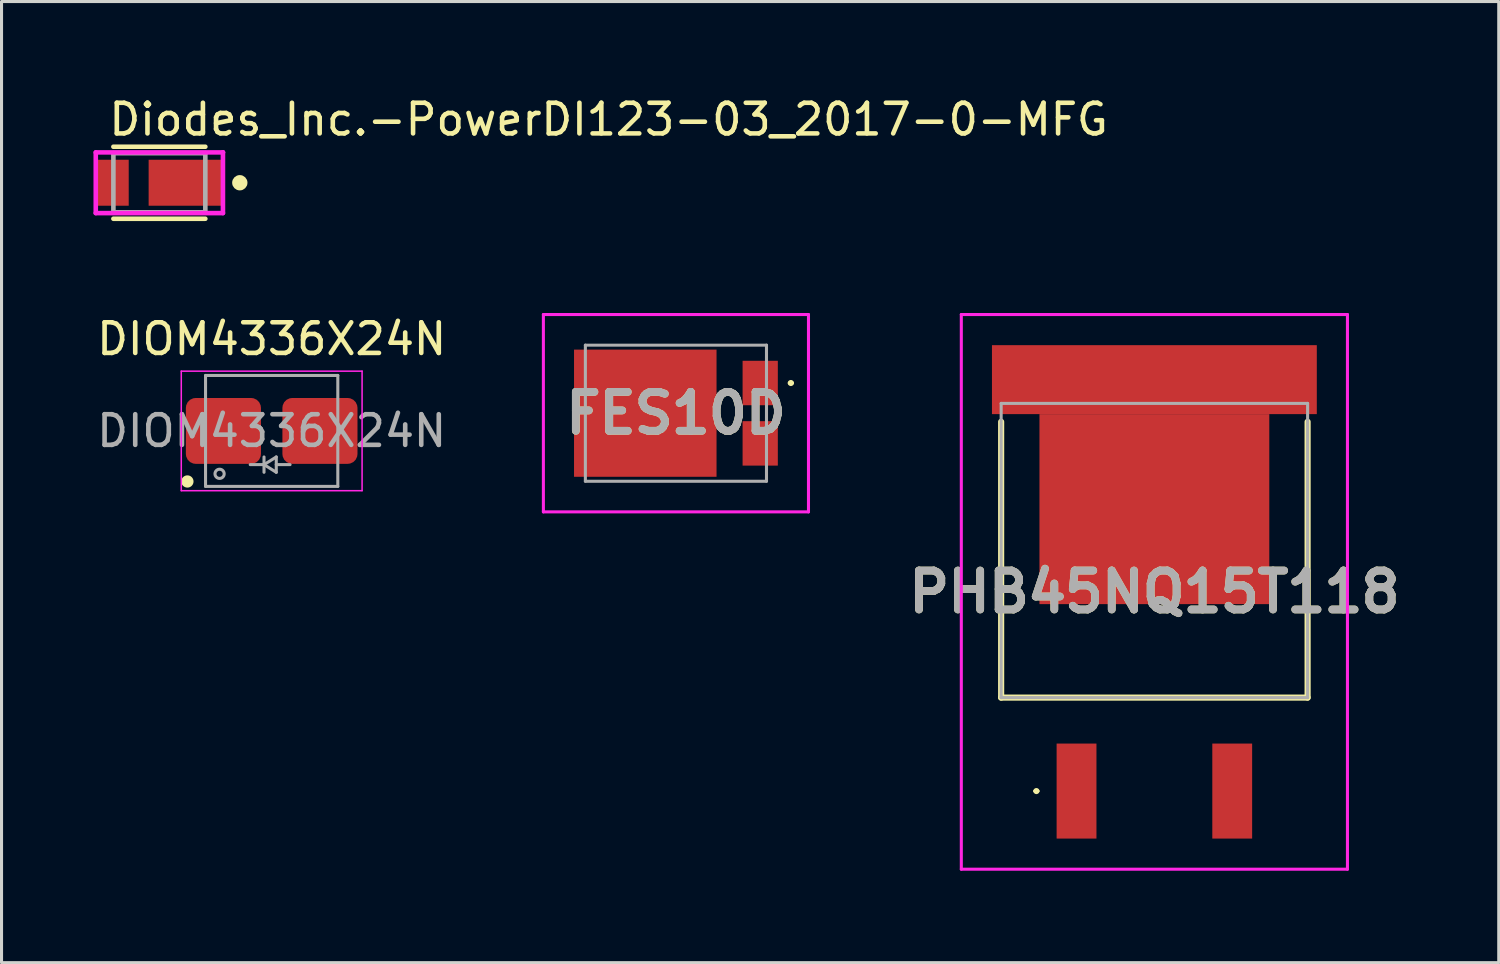
<source format=kicad_pcb>
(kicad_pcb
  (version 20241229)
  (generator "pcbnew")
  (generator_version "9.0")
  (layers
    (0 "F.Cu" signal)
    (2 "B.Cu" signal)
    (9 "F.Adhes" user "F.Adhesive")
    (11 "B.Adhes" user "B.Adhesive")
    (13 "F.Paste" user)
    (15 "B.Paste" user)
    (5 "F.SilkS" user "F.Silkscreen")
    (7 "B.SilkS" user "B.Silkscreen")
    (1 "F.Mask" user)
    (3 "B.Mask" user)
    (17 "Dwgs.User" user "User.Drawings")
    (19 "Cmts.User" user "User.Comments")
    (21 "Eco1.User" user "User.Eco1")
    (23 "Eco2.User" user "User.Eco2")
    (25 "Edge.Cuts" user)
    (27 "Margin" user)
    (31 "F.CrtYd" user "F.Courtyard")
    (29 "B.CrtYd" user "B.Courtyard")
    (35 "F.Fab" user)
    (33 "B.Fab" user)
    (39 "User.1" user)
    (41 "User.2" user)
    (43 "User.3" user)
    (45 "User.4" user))
  (footprint "PHB45NQ15T118"
    (layer "F.Cu")
    (at 34.618 14.913)
    (property "Reference" "PHB45NQ15T118" (at 0 1.35 0) (layer "F.SilkS") (effects (font (size 1.27 1.27) (thickness 0.254))))
    (attr smd)
    (fp_line (start -5 -4.2) (end -5 4.8) (stroke (width 0.2) (type solid)) (layer "F.SilkS"))
    (fp_line (start -5 4.8) (end 5 4.8) (stroke (width 0.2) (type solid)) (layer "F.SilkS"))
    (fp_line (start -3.9 7.85) (end -3.9 7.85) (stroke (width 0.1) (type solid)) (layer "F.SilkS"))
    (fp_line (start -3.8 7.85) (end -3.8 7.85) (stroke (width 0.1) (type solid)) (layer "F.SilkS"))
    (fp_line (start 5 4.8) (end 5 -4.2) (stroke (width 0.2) (type solid)) (layer "F.SilkS"))
    (fp_arc (start -3.9 7.85) (mid -3.85 7.8) (end -3.8 7.85) (stroke (width 0.1) (type solid)) (layer "F.SilkS"))
    (fp_arc (start -3.8 7.85) (mid -3.85 7.9) (end -3.9 7.85) (stroke (width 0.1) (type solid)) (layer "F.SilkS"))
    (fp_line (start -6.3 -7.7) (end 6.3 -7.7) (stroke (width 0.1) (type solid)) (layer "F.CrtYd"))
    (fp_line (start -6.3 10.4) (end -6.3 -7.7) (stroke (width 0.1) (type solid)) (layer "F.CrtYd"))
    (fp_line (start 6.3 -7.7) (end 6.3 10.4) (stroke (width 0.1) (type solid)) (layer "F.CrtYd"))
    (fp_line (start 6.3 10.4) (end -6.3 10.4) (stroke (width 0.1) (type solid)) (layer "F.CrtYd"))
    (fp_line (start -5 -4.8) (end 5 -4.8) (stroke (width 0.1) (type solid)) (layer "F.Fab"))
    (fp_line (start -5 4.8) (end -5 -4.8) (stroke (width 0.1) (type solid)) (layer "F.Fab"))
    (fp_line (start 5 -4.8) (end 5 4.8) (stroke (width 0.1) (type solid)) (layer "F.Fab"))
    (fp_line (start 5 4.8) (end -5 4.8) (stroke (width 0.1) (type solid)) (layer "F.Fab"))
    (fp_text user "${REFERENCE}" (at 0 1.35 0) (layer "F.Fab") (effects (font (size 1.27 1.27) (thickness 0.254))))
    (pad "1" smd rect (at -2.54 7.85) (size 1.3 3.1) (layers "F.Cu" "F.Mask" "F.Paste"))
    (pad "2" smd rect (at 0 -1.35 90) (size 6.2 7.5) (layers "F.Cu" "F.Mask" "F.Paste"))
    (pad "3" smd rect (at 2.54 7.85) (size 1.3 3.1) (layers "F.Cu" "F.Mask" "F.Paste"))
    (pad "4" smd rect (at 0 -5.575 90) (size 2.25 10.6) (layers "F.Cu" "F.Mask" "F.Paste")))
  (footprint "FES10D"
    (layer "F.Cu")
    (at 19.006 10.433)
    (property "Reference" "FES10D" (at 0 0 0) (layer "F.SilkS") (effects (font (size 1.27 1.27) (thickness 0.254))))
    (attr smd)
    (fp_line (start 3.7 -0.985) (end 3.7 -0.985) (stroke (width 0.1) (type solid)) (layer "F.SilkS"))
    (fp_line (start 3.8 -0.985) (end 3.8 -0.985) (stroke (width 0.1) (type solid)) (layer "F.SilkS"))
    (fp_arc (start 3.7 -0.985) (mid 3.75 -1.035) (end 3.8 -0.985) (stroke (width 0.1) (type solid)) (layer "F.SilkS"))
    (fp_arc (start 3.8 -0.985) (mid 3.75 -0.935) (end 3.7 -0.985) (stroke (width 0.1) (type solid)) (layer "F.SilkS"))
    (fp_line (start -4.325 -3.22) (end 4.325 -3.22) (stroke (width 0.1) (type solid)) (layer "F.CrtYd"))
    (fp_line (start -4.325 3.22) (end -4.325 -3.22) (stroke (width 0.1) (type solid)) (layer "F.CrtYd"))
    (fp_line (start 4.325 -3.22) (end 4.325 3.22) (stroke (width 0.1) (type solid)) (layer "F.CrtYd"))
    (fp_line (start 4.325 3.22) (end -4.325 3.22) (stroke (width 0.1) (type solid)) (layer "F.CrtYd"))
    (fp_line (start -2.955 -2.22) (end 2.955 -2.22) (stroke (width 0.1) (type solid)) (layer "F.Fab"))
    (fp_line (start -2.955 2.22) (end -2.955 -2.22) (stroke (width 0.1) (type solid)) (layer "F.Fab"))
    (fp_line (start 2.955 -2.22) (end 2.955 2.22) (stroke (width 0.1) (type solid)) (layer "F.Fab"))
    (fp_line (start 2.955 2.22) (end -2.955 2.22) (stroke (width 0.1) (type solid)) (layer "F.Fab"))
    (fp_text user "${REFERENCE}" (at 0 0 0) (layer "F.Fab") (effects (font (size 1.27 1.27) (thickness 0.254))))
    (pad "1" smd rect (at 2.75 -0.985) (size 1.15 1.45) (layers "F.Cu" "F.Mask" "F.Paste"))
    (pad "2" smd rect (at 2.75 0.985) (size 1.15 1.45) (layers "F.Cu" "F.Mask" "F.Paste"))
    (pad "3" smd rect (at -1 0 90) (size 4.15 4.65) (layers "F.Cu" "F.Mask" "F.Paste")))
  (footprint "Diodes_Inc.-PowerDI123-03_2017-0-MFG"
    (layer "F.Cu")
    (at 2.15 2.913)
    (property "Reference" "Diodes_Inc.-PowerDI123-03_2017-0-MFG" (at -1.725 -2.065 0) (layer "F.SilkS") (effects (font (size 1 1) (thickness 0.15)) (justify left)))
    (attr through_hole)
    (fp_line (start -1.5 1.175) (end 1.5 1.175) (stroke (width 0.15) (type solid)) (layer "F.SilkS"))
    (fp_line (start 1.5 -1.175) (end -1.5 -1.175) (stroke (width 0.15) (type solid)) (layer "F.SilkS"))
    (fp_circle (center 2.625 0) (end 2.75 0) (stroke (width 0.25) (type solid)) (fill no) (layer "F.SilkS"))
    (fp_line (start -2.075 -0.99) (end -2.075 0.99) (stroke (width 0.15) (type solid)) (layer "F.CrtYd"))
    (fp_line (start -2.075 0.99) (end 2.075 0.99) (stroke (width 0.15) (type solid)) (layer "F.CrtYd"))
    (fp_line (start 2.075 -0.99) (end -2.075 -0.99) (stroke (width 0.15) (type solid)) (layer "F.CrtYd"))
    (fp_line (start 2.075 -0.99) (end 2.075 -0.99) (stroke (width 0.15) (type solid)) (layer "F.CrtYd"))
    (fp_line (start 2.075 0.99) (end 2.075 -0.99) (stroke (width 0.15) (type solid)) (layer "F.CrtYd"))
    (fp_line (start -1.5 -0.965) (end 1.5 -0.965) (stroke (width 0.15) (type solid)) (layer "F.Fab"))
    (fp_line (start -1.5 0.965) (end -1.5 -0.965) (stroke (width 0.15) (type solid)) (layer "F.Fab"))
    (fp_line (start 1.5 -0.965) (end 1.5 0.965) (stroke (width 0.15) (type solid)) (layer "F.Fab"))
    (fp_line (start 1.5 0.965) (end -1.5 0.965) (stroke (width 0.15) (type solid)) (layer "F.Fab"))
    (pad "1" smd rect (at 0.85 0) (size 2.4 1.5) (layers "F.Cu" "F.Mask" "F.Paste"))
    (pad "2" smd rect (at -1.525 0) (size 1.05 1.5) (layers "F.Cu" "F.Mask" "F.Paste")))
  (footprint "DIOM4336X24N"
    (layer "F.Cu")
    (at 5.815 11.011)
    (property "Reference" "DIOM4336X24N" (at 0 -3 0) (layer "F.SilkS") (effects (font (size 1 1) (thickness 0.15))))
    (attr smd)
    (fp_circle (center -2.75 1.65) (end -2.6 1.65) (stroke (width 0.1) (type solid)) (fill yes) (layer "F.SilkS"))
    (fp_line (start -2.95 -1.95) (end 2.95 -1.95) (stroke (width 0.05) (type solid)) (layer "F.CrtYd"))
    (fp_line (start -2.95 1.95) (end -2.95 -1.95) (stroke (width 0.05) (type solid)) (layer "F.CrtYd"))
    (fp_line (start 2.95 -1.95) (end 2.95 1.95) (stroke (width 0.05) (type solid)) (layer "F.CrtYd"))
    (fp_line (start 2.95 1.95) (end -2.95 1.95) (stroke (width 0.05) (type solid)) (layer "F.CrtYd"))
    (fp_line (start -2.158 1.81) (end -2.158 -1.81) (stroke (width 0.1) (type solid)) (layer "F.Fab"))
    (fp_line (start -0.25 1.1) (end -0.7 1.1) (stroke (width 0.1) (type default)) (layer "F.Fab"))
    (fp_line (start -0.25 1.1) (end 0.15 0.85) (stroke (width 0.1) (type default)) (layer "F.Fab"))
    (fp_line (start -0.25 1.35) (end -0.25 0.85) (stroke (width 0.1) (type default)) (layer "F.Fab"))
    (fp_line (start 0.15 0.85) (end 0.15 1.35) (stroke (width 0.1) (type default)) (layer "F.Fab"))
    (fp_line (start 0.15 1.35) (end -0.25 1.1) (stroke (width 0.1) (type default)) (layer "F.Fab"))
    (fp_line (start 0.6 1.1) (end 0.15 1.1) (stroke (width 0.1) (type default)) (layer "F.Fab"))
    (fp_line (start 2.158 -1.81) (end -2.158 -1.81) (stroke (width 0.1) (type solid)) (layer "F.Fab"))
    (fp_line (start 2.158 -1.81) (end 2.158 1.81) (stroke (width 0.1) (type solid)) (layer "F.Fab"))
    (fp_line (start 2.158 1.81) (end -2.158 1.81) (stroke (width 0.1) (type solid)) (layer "F.Fab"))
    (fp_circle (center -1.7 1.4) (end -1.55 1.4) (stroke (width 0.1) (type solid)) (fill no) (layer "F.Fab"))
    (fp_text user "${REFERENCE}" (at 0 0 0) (layer "F.Fab") (effects (font (size 1 1) (thickness 0.15))))
    (pad "1" smd roundrect (at -1.575 0) (size 2.45 2.15) (layers "F.Cu" "F.Mask" "F.Paste") (roundrect_rratio 0.15))
    (pad "2" smd roundrect (at 1.575 0) (size 2.45 2.15) (layers "F.Cu" "F.Mask" "F.Paste") (roundrect_rratio 0.15)))
  (gr_rect
    (start -3 -3)
    (end 45.855 28.363)
    (stroke (width 0.1) (type default))
    (fill no)
    (layer "Edge.Cuts")))
</source>
